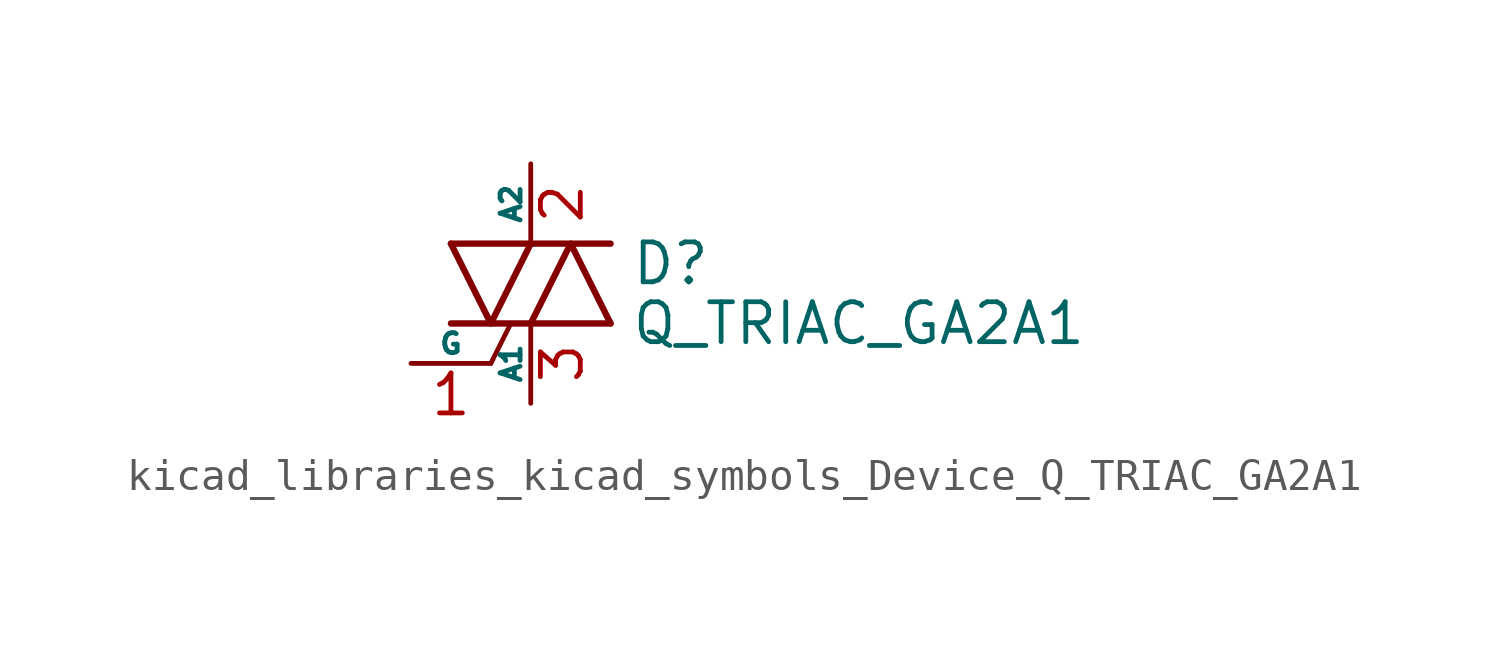
<source format=kicad_sym>
(kicad_symbol_lib
  (version 20220914)
  (generator kicad_symbol_editor)
  (symbol "kicad_libraries_kicad_symbols_Device_Q_TRIAC_GA2A1"
    (pin_names
      (offset 0))
    (property "Reference" "D"
      (at 3.175 0.635 0)
      (effects (font (size 1.27 1.27)) (justify left)))
    (property "Value" "Q_TRIAC_GA2A1"
      (at 3.175 -1.27 0)
      (effects (font (size 1.27 1.27)) (justify left)))
    (symbol "kicad_libraries_kicad_symbols_Device_Q_TRIAC_GA2A1_0_1"
      (polyline (pts (xy -2.54 -1.27) (xy 2.54 -1.27)) (stroke (width 0.203) (type default)) (fill (type none)))
      (polyline (pts (xy -2.54 1.27) (xy 2.54 1.27)) (stroke (width 0.203) (type default)) (fill (type none)))
      (polyline (pts (xy -1.27 -2.54) (xy -0.635 -1.27)) (stroke (width 0) (type default)) (fill (type none)))
      (polyline (pts (xy -2.54 1.27) (xy -1.27 -1.27) (xy 0 1.27)) (stroke (width 0.203) (type default)) (fill (type none)))
      (polyline (pts (xy 0 -1.27) (xy 1.27 1.27) (xy 2.54 -1.27)) (stroke (width 0.203) (type default)) (fill (type none))))
    (symbol "kicad_libraries_kicad_symbols_Device_Q_TRIAC_GA2A1_1_1"
      (pin input line (at -3.81 -2.54 0) (length 2.54) (name "G" (effects (font (size 0.635 0.635)))) (number "1" (effects (font (size 1.27 1.27)))))
      (pin passive line (at 0 3.81 270) (length 2.54) (name "A2" (effects (font (size 0.635 0.635)))) (number "2" (effects (font (size 1.27 1.27)))))
      (pin passive line (at 0 -3.81 90) (length 2.54) (name "A1" (effects (font (size 0.635 0.635)))) (number "3" (effects (font (size 1.27 1.27))))))))
</source>
